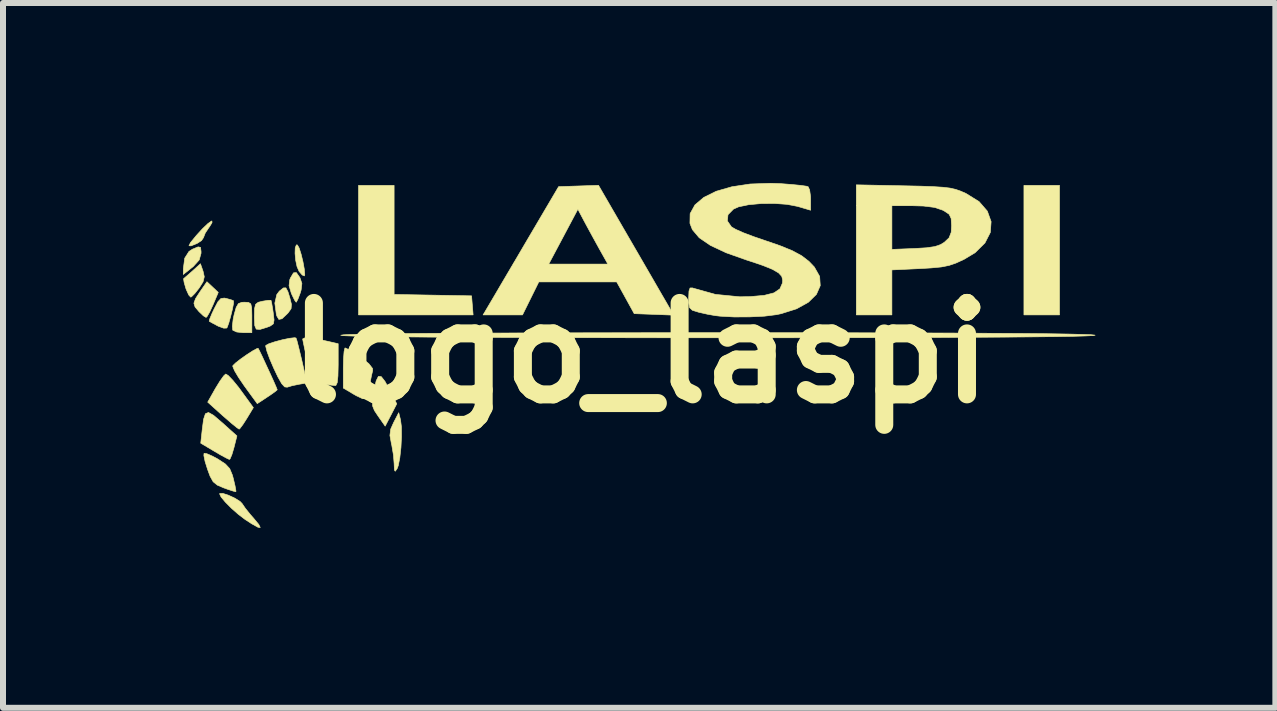
<source format=kicad_pcb>
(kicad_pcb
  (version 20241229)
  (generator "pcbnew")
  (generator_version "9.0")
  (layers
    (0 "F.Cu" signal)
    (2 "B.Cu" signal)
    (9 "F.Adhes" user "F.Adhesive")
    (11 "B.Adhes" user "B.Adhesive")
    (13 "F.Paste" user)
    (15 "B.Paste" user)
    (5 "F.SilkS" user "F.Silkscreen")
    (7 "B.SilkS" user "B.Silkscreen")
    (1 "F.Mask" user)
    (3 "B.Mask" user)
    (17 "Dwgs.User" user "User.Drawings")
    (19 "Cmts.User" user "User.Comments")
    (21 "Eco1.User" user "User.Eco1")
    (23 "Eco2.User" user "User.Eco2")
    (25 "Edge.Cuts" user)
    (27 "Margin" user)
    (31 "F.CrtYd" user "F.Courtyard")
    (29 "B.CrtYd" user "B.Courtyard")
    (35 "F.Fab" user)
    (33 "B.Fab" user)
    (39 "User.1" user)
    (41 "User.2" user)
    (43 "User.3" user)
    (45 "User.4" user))
  (footprint "logo_laspi"
    (layer "F.Cu")
    (at 7.625 2.834)
    (property "Reference" "logo_laspi" (at 0 0 0) (layer "F.SilkS") (effects (font (size 1.524 1.524) (thickness 0.3))))
    (attr through_hole)
    (fp_poly (pts (xy 6.985 -0.635) (xy 6.392 -0.635) (xy 6.392 -2.794) (xy 6.985 -2.794) (xy 6.985 -0.635)) (stroke (width 0.01) (type solid)) (fill yes) (layer "F.SilkS"))
    (fp_poly (pts (xy -4.106 -0.976) (xy -2.815 -0.953) (xy -2.789 -0.635) (xy -4.699 -0.635) (xy -4.699 -2.794) (xy -4.106 -2.794) (xy -4.106 -0.976)) (stroke (width 0.01) (type solid)) (fill yes) (layer "F.SilkS"))
    (fp_poly (pts (xy -7.333 -1.761) (xy -7.324 -1.695) (xy -7.324 -1.662) (xy -7.355 -1.551) (xy -7.455 -1.44) (xy -7.472 -1.427) (xy -7.62 -1.309) (xy -7.619 -1.406) (xy -7.596 -1.581) (xy -7.525 -1.693) (xy -7.466 -1.731) (xy -7.373 -1.769) (xy -7.333 -1.761)) (stroke (width 0.01) (type solid)) (fill yes) (layer "F.SilkS"))
    (fp_poly (pts (xy -5.718 -1.801) (xy -5.689 -1.75) (xy -5.656 -1.647) (xy -5.625 -1.52) (xy -5.603 -1.398) (xy -5.595 -1.31) (xy -5.601 -1.285) (xy -5.637 -1.3) (xy -5.69 -1.361) (xy -5.724 -1.44) (xy -5.747 -1.548) (xy -5.757 -1.661) (xy -5.754 -1.754) (xy -5.735 -1.802) (xy -5.718 -1.801)) (stroke (width 0.01) (type solid)) (fill yes) (layer "F.SilkS"))
    (fp_poly (pts (xy -7.131 -1.099) (xy -7.037 -1.01) (xy -7.125 -0.802) (xy -7.179 -0.685) (xy -7.223 -0.609) (xy -7.24 -0.593) (xy -7.285 -0.62) (xy -7.356 -0.688) (xy -7.359 -0.691) (xy -7.424 -0.768) (xy -7.443 -0.831) (xy -7.415 -0.908) (xy -7.339 -1.025) (xy -7.338 -1.026) (xy -7.226 -1.188) (xy -7.131 -1.099)) (stroke (width 0.01) (type solid)) (fill yes) (layer "F.SilkS"))
    (fp_poly (pts (xy -5.876 -1.023) (xy -5.846 -0.927) (xy -5.817 -0.812) (xy -5.823 -0.739) (xy -5.871 -0.671) (xy -5.889 -0.652) (xy -5.975 -0.571) (xy -6.027 -0.56) (xy -6.061 -0.617) (xy -6.069 -0.646) (xy -6.094 -0.832) (xy -6.061 -0.975) (xy -6.019 -1.031) (xy -5.951 -1.085) (xy -5.91 -1.086) (xy -5.876 -1.023)) (stroke (width 0.01) (type solid)) (fill yes) (layer "F.SilkS"))
    (fp_poly (pts (xy -4.321 0.393) (xy -4.258 0.473) (xy -4.171 0.632) (xy -4.166 0.643) (xy -4.062 0.847) (xy -4.158 1.033) (xy -4.255 1.219) (xy -4.372 1.052) (xy -4.434 0.959) (xy -4.464 0.884) (xy -4.468 0.797) (xy -4.449 0.668) (xy -4.439 0.613) (xy -4.405 0.464) (xy -4.368 0.39) (xy -4.321 0.393)) (stroke (width 0.01) (type solid)) (fill yes) (layer "F.SilkS"))
    (fp_poly (pts (xy -7.115 1.039) (xy -6.983 1.152) (xy -6.972 1.161) (xy -6.726 1.382) (xy -6.776 1.58) (xy -6.81 1.694) (xy -6.84 1.764) (xy -6.852 1.774) (xy -6.9 1.752) (xy -6.998 1.699) (xy -7.104 1.637) (xy -7.329 1.503) (xy -7.304 1.275) (xy -7.282 1.105) (xy -7.251 1.012) (xy -7.2 0.991) (xy -7.115 1.039)) (stroke (width 0.01) (type solid)) (fill yes) (layer "F.SilkS"))
    (fp_poly (pts (xy -5.681 -1.263) (xy -5.675 -1.253) (xy -5.643 -1.159) (xy -5.656 -1.05) (xy -5.671 -0.999) (xy -5.708 -0.901) (xy -5.735 -0.849) (xy -5.739 -0.847) (xy -5.765 -0.882) (xy -5.807 -0.968) (xy -5.819 -0.996) (xy -5.857 -1.121) (xy -5.846 -1.219) (xy -5.834 -1.25) (xy -5.783 -1.336) (xy -5.736 -1.341) (xy -5.681 -1.263)) (stroke (width 0.01) (type solid)) (fill yes) (layer "F.SilkS"))
    (fp_poly (pts (xy -7.29 -1.362) (xy -7.27 -1.271) (xy -7.29 -1.188) (xy -7.355 -1.084) (xy -7.428 -0.992) (xy -7.483 -0.937) (xy -7.496 -0.931) (xy -7.529 -0.967) (xy -7.57 -1.057) (xy -7.579 -1.082) (xy -7.607 -1.181) (xy -7.615 -1.237) (xy -7.613 -1.241) (xy -7.576 -1.272) (xy -7.499 -1.339) (xy -7.466 -1.368) (xy -7.334 -1.488) (xy -7.29 -1.362)) (stroke (width 0.01) (type solid)) (fill yes) (layer "F.SilkS"))
    (fp_poly (pts (xy -7.141 -2.173) (xy -7.183 -2.104) (xy -7.194 -2.09) (xy -7.254 -1.999) (xy -7.281 -1.93) (xy -7.281 -1.927) (xy -7.316 -1.874) (xy -7.389 -1.827) (xy -7.49 -1.786) (xy -7.525 -1.788) (xy -7.502 -1.836) (xy -7.49 -1.852) (xy -7.399 -1.963) (xy -7.3 -2.071) (xy -7.211 -2.156) (xy -7.151 -2.199) (xy -7.143 -2.201) (xy -7.141 -2.173)) (stroke (width 0.01) (type solid)) (fill yes) (layer "F.SilkS"))
    (fp_poly (pts (xy -6.532 -0.843) (xy -6.495 -0.819) (xy -6.48 -0.754) (xy -6.477 -0.629) (xy -6.477 -0.593) (xy -6.477 -0.339) (xy -6.623 -0.339) (xy -6.729 -0.35) (xy -6.793 -0.379) (xy -6.796 -0.383) (xy -6.802 -0.447) (xy -6.789 -0.561) (xy -6.773 -0.637) (xy -6.738 -0.761) (xy -6.701 -0.824) (xy -6.644 -0.845) (xy -6.6 -0.847) (xy -6.532 -0.843)) (stroke (width 0.01) (type solid)) (fill yes) (layer "F.SilkS"))
    (fp_poly (pts (xy -6.871 0.375) (xy -6.794 0.455) (xy -6.697 0.574) (xy -6.661 0.623) (xy -6.452 0.91) (xy -6.56 1.089) (xy -6.626 1.192) (xy -6.675 1.257) (xy -6.689 1.269) (xy -6.728 1.243) (xy -6.813 1.174) (xy -6.928 1.074) (xy -6.962 1.045) (xy -7.213 0.819) (xy -7.085 0.592) (xy -7.01 0.47) (xy -6.947 0.382) (xy -6.913 0.35) (xy -6.871 0.375)) (stroke (width 0.01) (type solid)) (fill yes) (layer "F.SilkS"))
    (fp_poly (pts (xy -3.999 1.114) (xy -3.984 1.232) (xy -3.983 1.396) (xy -3.992 1.577) (xy -4.011 1.747) (xy -4.037 1.878) (xy -4.056 1.928) (xy -4.087 1.971) (xy -4.101 1.95) (xy -4.105 1.856) (xy -4.105 1.85) (xy -4.117 1.7) (xy -4.145 1.536) (xy -4.152 1.506) (xy -4.176 1.373) (xy -4.163 1.269) (xy -4.114 1.159) (xy -4.029 0.995) (xy -3.999 1.114)) (stroke (width 0.01) (type solid)) (fill yes) (layer "F.SilkS"))
    (fp_poly (pts (xy -6.866 2.371) (xy -6.76 2.42) (xy -6.674 2.474) (xy -6.64 2.509) (xy -6.587 2.587) (xy -6.5 2.695) (xy -6.447 2.755) (xy -6.361 2.859) (xy -6.337 2.909) (xy -6.376 2.904) (xy -6.48 2.846) (xy -6.589 2.775) (xy -6.702 2.689) (xy -6.818 2.587) (xy -6.919 2.485) (xy -6.99 2.4) (xy -7.015 2.347) (xy -7.012 2.342) (xy -6.96 2.34) (xy -6.866 2.371)) (stroke (width 0.01) (type solid)) (fill yes) (layer "F.SilkS"))
    (fp_poly (pts (xy -6.158 -0.879) (xy -6.147 -0.834) (xy -6.13 -0.734) (xy -6.121 -0.672) (xy -6.107 -0.551) (xy -6.118 -0.487) (xy -6.168 -0.451) (xy -6.227 -0.428) (xy -6.342 -0.393) (xy -6.404 -0.398) (xy -6.429 -0.457) (xy -6.435 -0.585) (xy -6.435 -0.609) (xy -6.432 -0.74) (xy -6.415 -0.811) (xy -6.372 -0.845) (xy -6.301 -0.863) (xy -6.207 -0.878) (xy -6.159 -0.879) (xy -6.158 -0.879)) (stroke (width 0.01) (type solid)) (fill yes) (layer "F.SilkS"))
    (fp_poly (pts (xy -7.228 1.678) (xy -7.132 1.72) (xy -7.043 1.768) (xy -6.918 1.85) (xy -6.846 1.928) (xy -6.801 2.036) (xy -6.785 2.096) (xy -6.757 2.215) (xy -6.743 2.294) (xy -6.743 2.311) (xy -6.784 2.303) (xy -6.879 2.272) (xy -6.943 2.249) (xy -7.053 2.202) (xy -7.122 2.146) (xy -7.173 2.054) (xy -7.216 1.938) (xy -7.257 1.807) (xy -7.277 1.709) (xy -7.274 1.672) (xy -7.228 1.678)) (stroke (width 0.01) (type solid)) (fill yes) (layer "F.SilkS"))
    (fp_poly (pts (xy -4.873 -0.062) (xy -4.777 -0.004) (xy -4.667 0.069) (xy -4.528 0.177) (xy -4.465 0.258) (xy -4.463 0.292) (xy -4.483 0.376) (xy -4.507 0.5) (xy -4.512 0.529) (xy -4.541 0.677) (xy -4.577 0.75) (xy -4.636 0.759) (xy -4.732 0.714) (xy -4.773 0.691) (xy -4.953 0.584) (xy -4.953 0.25) (xy -4.949 0.094) (xy -4.94 -0.024) (xy -4.926 -0.082) (xy -4.922 -0.085) (xy -4.873 -0.062)) (stroke (width 0.01) (type solid)) (fill yes) (layer "F.SilkS"))
    (fp_poly (pts (xy -6.901 -0.909) (xy -6.817 -0.885) (xy -6.782 -0.87) (xy -6.783 -0.824) (xy -6.802 -0.727) (xy -6.831 -0.609) (xy -6.862 -0.499) (xy -6.889 -0.426) (xy -6.896 -0.416) (xy -6.946 -0.414) (xy -7.037 -0.447) (xy -7.048 -0.453) (xy -7.138 -0.501) (xy -7.187 -0.529) (xy -7.188 -0.53) (xy -7.178 -0.57) (xy -7.14 -0.662) (xy -7.104 -0.738) (xy -7.043 -0.854) (xy -6.993 -0.908) (xy -6.936 -0.916) (xy -6.901 -0.909)) (stroke (width 0.01) (type solid)) (fill yes) (layer "F.SilkS"))
    (fp_poly (pts (xy -5.741 -0.25) (xy -5.725 -0.204) (xy -5.697 -0.095) (xy -5.66 0.058) (xy -5.642 0.133) (xy -5.559 0.499) (xy -5.69 0.521) (xy -5.806 0.545) (xy -5.888 0.57) (xy -5.93 0.565) (xy -5.979 0.512) (xy -6.043 0.399) (xy -6.112 0.254) (xy -6.179 0.098) (xy -6.226 -0.03) (xy -6.246 -0.111) (xy -6.245 -0.126) (xy -6.196 -0.153) (xy -6.095 -0.187) (xy -5.971 -0.22) (xy -5.851 -0.245) (xy -5.765 -0.255) (xy -5.741 -0.25)) (stroke (width 0.01) (type solid)) (fill yes) (layer "F.SilkS"))
    (fp_poly (pts (xy -5.487 -0.247) (xy -5.329 -0.221) (xy -5.253 -0.204) (xy -5.038 -0.155) (xy -5.038 0.198) (xy -5.042 0.383) (xy -5.054 0.494) (xy -5.077 0.541) (xy -5.091 0.543) (xy -5.166 0.534) (xy -5.281 0.522) (xy -5.3 0.52) (xy -5.426 0.487) (xy -5.478 0.431) (xy -5.497 0.357) (xy -5.527 0.235) (xy -5.56 0.09) (xy -5.593 -0.052) (xy -5.618 -0.168) (xy -5.63 -0.231) (xy -5.63 -0.235) (xy -5.592 -0.253) (xy -5.487 -0.247)) (stroke (width 0.01) (type solid)) (fill yes) (layer "F.SilkS"))
    (fp_poly (pts (xy -6.35 -0.037) (xy -6.303 0.06) (xy -6.243 0.19) (xy -6.177 0.332) (xy -6.117 0.464) (xy -6.073 0.565) (xy -6.054 0.613) (xy -6.054 0.613) (xy -6.086 0.641) (xy -6.166 0.698) (xy -6.22 0.734) (xy -6.387 0.844) (xy -6.603 0.548) (xy -6.697 0.41) (xy -6.765 0.296) (xy -6.795 0.224) (xy -6.794 0.211) (xy -6.748 0.166) (xy -6.661 0.098) (xy -6.557 0.025) (xy -6.459 -0.038) (xy -6.39 -0.075) (xy -6.372 -0.078) (xy -6.35 -0.037)) (stroke (width 0.01) (type solid)) (fill yes) (layer "F.SilkS"))
    (fp_poly (pts (xy -0.191 -1.918) (xy -0.04 -1.658) (xy 0.103 -1.411) (xy 0.231 -1.19) (xy 0.336 -1.008) (xy 0.411 -0.879) (xy 0.436 -0.836) (xy 0.554 -0.631) (xy 0.225 -0.644) (xy -0.104 -0.656) (xy -0.25 -0.921) (xy -0.396 -1.185) (xy -1.694 -1.185) (xy -1.966 -0.635) (xy -2.623 -0.635) (xy -2.417 -0.984) (xy -2.328 -1.136) (xy -2.207 -1.341) (xy -2.124 -1.482) (xy -1.529 -1.482) (xy -0.543 -1.482) (xy -0.691 -1.746) (xy -0.784 -1.915) (xy -0.878 -2.087) (xy -0.941 -2.204) (xy -1.043 -2.397) (xy -1.286 -1.939) (xy -1.529 -1.482) (xy -2.124 -1.482) (xy -2.066 -1.58) (xy -1.917 -1.834) (xy -1.788 -2.053) (xy -1.364 -2.773) (xy -1.031 -2.784) (xy -0.699 -2.795) (xy -0.191 -1.918)) (stroke (width 0.01) (type solid)) (fill yes) (layer "F.SilkS"))
    (fp_poly (pts (xy 4.392 -2.787) (xy 4.673 -2.781) (xy 4.884 -2.773) (xy 5.041 -2.763) (xy 5.159 -2.749) (xy 5.252 -2.728) (xy 5.335 -2.699) (xy 5.425 -2.66) (xy 5.428 -2.658) (xy 5.644 -2.524) (xy 5.782 -2.365) (xy 5.845 -2.19) (xy 5.832 -2.01) (xy 5.742 -1.834) (xy 5.578 -1.672) (xy 5.397 -1.563) (xy 5.263 -1.501) (xy 5.144 -1.46) (xy 5.013 -1.434) (xy 4.845 -1.418) (xy 4.658 -1.407) (xy 4.191 -1.385) (xy 4.191 -0.635) (xy 3.598 -0.635) (xy 3.598 -1.727) (xy 4.191 -1.727) (xy 4.569 -1.742) (xy 4.769 -1.754) (xy 4.906 -1.774) (xy 5.003 -1.807) (xy 5.066 -1.846) (xy 5.145 -1.921) (xy 5.18 -2.012) (xy 5.186 -2.121) (xy 5.179 -2.242) (xy 5.146 -2.312) (xy 5.066 -2.366) (xy 5.038 -2.381) (xy 4.903 -2.427) (xy 4.718 -2.45) (xy 4.54 -2.455) (xy 4.191 -2.455) (xy 4.191 -1.727) (xy 3.598 -1.727) (xy 3.598 -2.803) (xy 4.392 -2.787)) (stroke (width 0.01) (type solid)) (fill yes) (layer "F.SilkS"))
    (fp_poly (pts (xy 2.268 -0.338) (xy 3.164 -0.338) (xy 3.978 -0.336) (xy 4.71 -0.334) (xy 5.359 -0.332) (xy 5.926 -0.328) (xy 6.41 -0.325) (xy 6.81 -0.321) (xy 7.127 -0.316) (xy 7.36 -0.31) (xy 7.51 -0.305) (xy 7.575 -0.298) (xy 7.578 -0.296) (xy 7.535 -0.29) (xy 7.409 -0.284) (xy 7.198 -0.278) (xy 6.903 -0.273) (xy 6.525 -0.269) (xy 6.064 -0.265) (xy 5.519 -0.262) (xy 4.892 -0.259) (xy 4.182 -0.257) (xy 3.39 -0.255) (xy 2.516 -0.254) (xy 1.561 -0.254) (xy 1.291 -0.254) (xy 0.314 -0.254) (xy -0.582 -0.255) (xy -1.396 -0.257) (xy -2.127 -0.259) (xy -2.777 -0.261) (xy -3.343 -0.264) (xy -3.827 -0.268) (xy -4.228 -0.272) (xy -4.545 -0.277) (xy -4.778 -0.282) (xy -4.927 -0.288) (xy -4.992 -0.295) (xy -4.995 -0.296) (xy -4.953 -0.303) (xy -4.826 -0.309) (xy -4.616 -0.314) (xy -4.321 -0.319) (xy -3.943 -0.324) (xy -3.481 -0.328) (xy -2.937 -0.331) (xy -2.31 -0.333) (xy -1.6 -0.336) (xy -0.808 -0.337) (xy 0.066 -0.338) (xy 1.021 -0.339) (xy 1.291 -0.339) (xy 2.268 -0.338)) (stroke (width 0.01) (type solid)) (fill yes) (layer "F.SilkS"))
    (fp_poly (pts (xy 2.338 -2.823) (xy 2.52 -2.809) (xy 2.671 -2.794) (xy 2.769 -2.78) (xy 2.795 -2.772) (xy 2.82 -2.718) (xy 2.835 -2.611) (xy 2.836 -2.563) (xy 2.836 -2.38) (xy 2.619 -2.444) (xy 2.443 -2.478) (xy 2.232 -2.493) (xy 2.011 -2.491) (xy 1.804 -2.472) (xy 1.637 -2.437) (xy 1.551 -2.399) (xy 1.459 -2.305) (xy 1.449 -2.201) (xy 1.517 -2.102) (xy 1.588 -2.061) (xy 1.719 -2.003) (xy 1.892 -1.938) (xy 2.053 -1.883) (xy 2.326 -1.789) (xy 2.532 -1.705) (xy 2.687 -1.621) (xy 2.808 -1.528) (xy 2.898 -1.434) (xy 2.987 -1.277) (xy 2.997 -1.123) (xy 2.933 -0.977) (xy 2.799 -0.846) (xy 2.603 -0.737) (xy 2.347 -0.656) (xy 2.266 -0.639) (xy 2.067 -0.614) (xy 1.82 -0.602) (xy 1.562 -0.601) (xy 1.328 -0.614) (xy 1.249 -0.623) (xy 1.119 -0.646) (xy 0.973 -0.679) (xy 0.963 -0.682) (xy 0.866 -0.712) (xy 0.82 -0.755) (xy 0.805 -0.838) (xy 0.804 -0.916) (xy 0.809 -1.033) (xy 0.827 -1.084) (xy 0.867 -1.085) (xy 0.878 -1.081) (xy 1.25 -0.977) (xy 1.657 -0.937) (xy 1.827 -0.94) (xy 2.064 -0.961) (xy 2.227 -1.003) (xy 2.325 -1.07) (xy 2.367 -1.166) (xy 2.371 -1.212) (xy 2.356 -1.277) (xy 2.303 -1.335) (xy 2.202 -1.394) (xy 2.042 -1.459) (xy 1.813 -1.536) (xy 1.769 -1.55) (xy 1.428 -1.671) (xy 1.166 -1.794) (xy 0.98 -1.921) (xy 0.866 -2.056) (xy 0.825 -2.162) (xy 0.828 -2.323) (xy 0.908 -2.468) (xy 1.055 -2.593) (xy 1.263 -2.696) (xy 1.524 -2.771) (xy 1.829 -2.817) (xy 2.172 -2.829) (xy 2.338 -2.823)) (stroke (width 0.01) (type solid)) (fill yes) (layer "F.SilkS")))
  (gr_rect
    (start -3 -3)
    (end 18.208 8.748)
    (stroke (width 0.1) (type default))
    (fill no)
    (layer "Edge.Cuts")))
</source>
